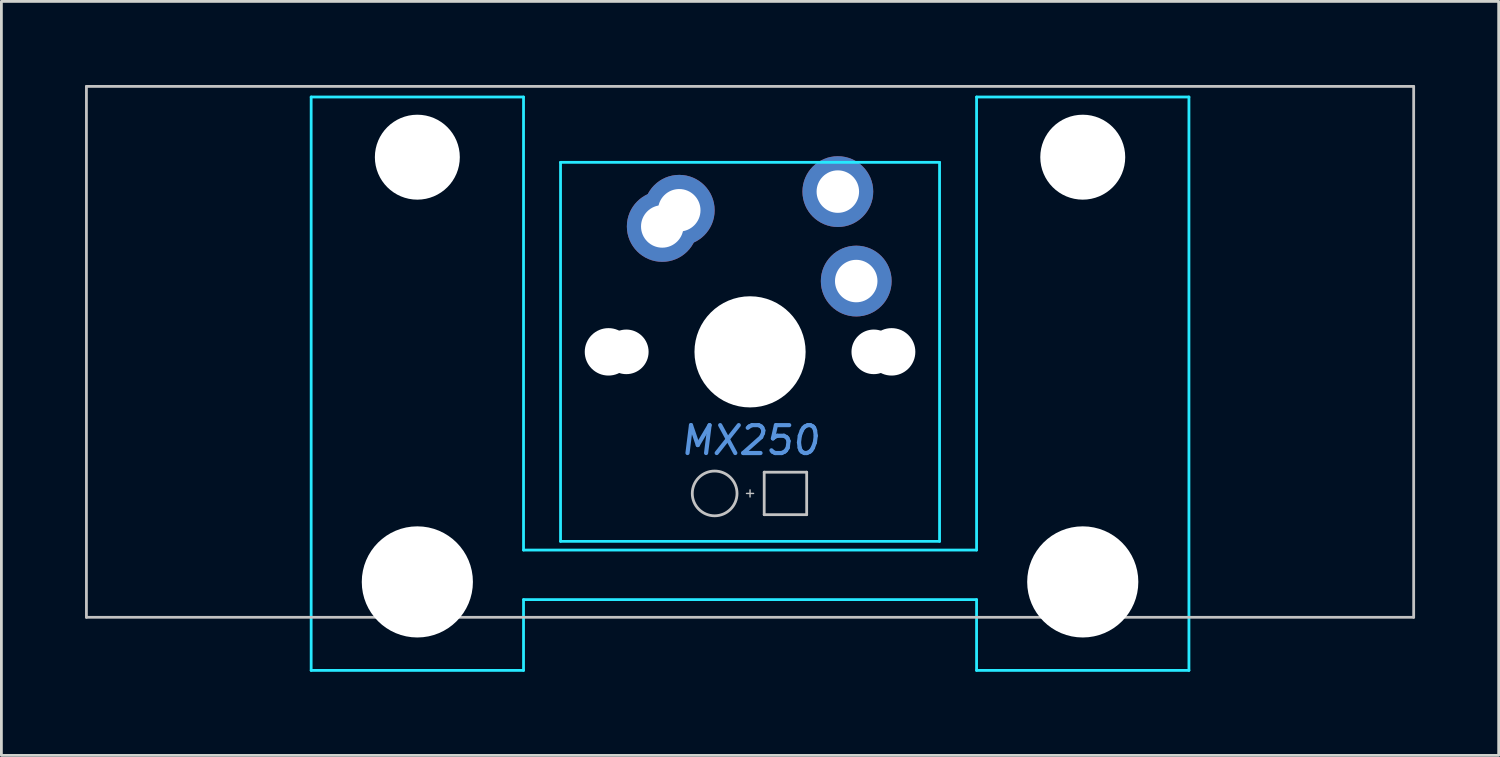
<source format=kicad_pcb>
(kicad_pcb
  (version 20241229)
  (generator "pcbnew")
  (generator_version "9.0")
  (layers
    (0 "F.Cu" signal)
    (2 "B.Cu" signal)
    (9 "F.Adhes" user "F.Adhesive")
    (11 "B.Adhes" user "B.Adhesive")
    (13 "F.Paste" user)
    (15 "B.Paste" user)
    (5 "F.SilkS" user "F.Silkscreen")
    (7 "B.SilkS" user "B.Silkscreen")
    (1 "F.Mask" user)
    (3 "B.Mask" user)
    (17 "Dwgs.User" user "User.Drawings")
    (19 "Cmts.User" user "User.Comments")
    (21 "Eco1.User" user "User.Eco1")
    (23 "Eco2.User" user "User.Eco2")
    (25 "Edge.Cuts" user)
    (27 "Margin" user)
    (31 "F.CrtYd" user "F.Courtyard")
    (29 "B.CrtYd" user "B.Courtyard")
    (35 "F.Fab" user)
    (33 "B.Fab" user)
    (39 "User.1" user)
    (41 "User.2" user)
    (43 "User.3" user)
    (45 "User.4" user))
  (footprint "MX250"
    (layer "F.Cu")
    (at 23.863 9.575)
    (property "Reference" "MX250" (at 0 3.175 0) (layer "Cmts.User") (effects (font (size 1 1) (thickness 0.15) (italic yes))))
    (attr through_hole)
    (fp_line (start -23.812 -9.525) (end -23.812 9.525) (stroke (width 0.1) (type solid)) (layer "Dwgs.User"))
    (fp_line (start -23.812 -9.525) (end 23.812 -9.525) (stroke (width 0.1) (type solid)) (layer "Dwgs.User"))
    (fp_line (start -23.812 9.525) (end 23.812 9.525) (stroke (width 0.1) (type solid)) (layer "Dwgs.User"))
    (fp_line (start -0.127 5.08) (end 0.127 5.08) (stroke (width 0.05) (type solid)) (layer "Dwgs.User"))
    (fp_line (start 0 5.207) (end 0 4.953) (stroke (width 0.05) (type solid)) (layer "Dwgs.User"))
    (fp_line (start 0.508 4.318) (end 0.508 5.842) (stroke (width 0.1) (type solid)) (layer "Dwgs.User"))
    (fp_line (start 0.508 4.318) (end 2.032 4.318) (stroke (width 0.1) (type solid)) (layer "Dwgs.User"))
    (fp_line (start 0.508 5.842) (end 2.032 5.842) (stroke (width 0.1) (type solid)) (layer "Dwgs.User"))
    (fp_line (start 2.032 5.842) (end 2.032 4.318) (stroke (width 0.1) (type solid)) (layer "Dwgs.User"))
    (fp_line (start 23.812 -9.525) (end 23.812 9.525) (stroke (width 0.1) (type solid)) (layer "Dwgs.User"))
    (fp_circle (center -1.27 5.08) (end -0.467 5.08) (stroke (width 0.1) (type solid)) (fill no) (layer "Dwgs.User"))
    (fp_line (start -17.17 -0.889) (end -17.17 -2.921) (stroke (width 0.1) (type solid)) (layer "Eco1.User"))
    (fp_line (start -16.789 -3.302) (end -16.535 -3.302) (stroke (width 0.1) (type solid)) (layer "Eco1.User"))
    (fp_line (start -16.535 -0.508) (end -16.789 -0.508) (stroke (width 0.1) (type solid)) (layer "Eco1.User"))
    (fp_line (start -16.154 -3.683) (end -16.154 -5.309) (stroke (width 0.1) (type solid)) (layer "Eco1.User"))
    (fp_line (start -16.154 6.223) (end -16.154 -0.127) (stroke (width 0.1) (type solid)) (layer "Eco1.User"))
    (fp_line (start -15.773 -5.69) (end -9.881 -5.69) (stroke (width 0.1) (type solid)) (layer "Eco1.User"))
    (fp_line (start -14.732 6.604) (end -15.773 6.604) (stroke (width 0.1) (type solid)) (layer "Eco1.User"))
    (fp_line (start -14.351 7.391) (end -14.351 6.985) (stroke (width 0.1) (type solid)) (layer "Eco1.User"))
    (fp_line (start -11.684 7.772) (end -13.97 7.772) (stroke (width 0.1) (type solid)) (layer "Eco1.User"))
    (fp_line (start -11.303 6.985) (end -11.303 7.391) (stroke (width 0.1) (type solid)) (layer "Eco1.User"))
    (fp_line (start -9.881 6.604) (end -10.922 6.604) (stroke (width 0.1) (type solid)) (layer "Eco1.User"))
    (fp_line (start -9.5 -5.309) (end -9.5 -5.258) (stroke (width 0.1) (type solid)) (layer "Eco1.User"))
    (fp_line (start -9.5 6.198) (end -9.5 6.223) (stroke (width 0.1) (type solid)) (layer "Eco1.User"))
    (fp_line (start -9.119 -4.877) (end -7.366 -4.877) (stroke (width 0.1) (type solid)) (layer "Eco1.User"))
    (fp_line (start -7.366 5.817) (end -9.119 5.817) (stroke (width 0.1) (type solid)) (layer "Eco1.User"))
    (fp_line (start -6.985 -5.258) (end -6.985 -6.604) (stroke (width 0.1) (type solid)) (layer "Eco1.User"))
    (fp_line (start -6.985 6.604) (end -6.985 6.197) (stroke (width 0.1) (type solid)) (layer "Eco1.User"))
    (fp_line (start -6.604 -6.985) (end 6.604 -6.985) (stroke (width 0.1) (type solid)) (layer "Eco1.User"))
    (fp_line (start 0 -2.159) (end 0 2.159) (stroke (width 0.1) (type solid)) (layer "Eco1.User"))
    (fp_line (start 2.159 0) (end -2.159 0) (stroke (width 0.1) (type solid)) (layer "Eco1.User"))
    (fp_line (start 6.604 6.985) (end -6.604 6.985) (stroke (width 0.1) (type solid)) (layer "Eco1.User"))
    (fp_line (start 6.985 -5.258) (end 6.985 -6.604) (stroke (width 0.1) (type solid)) (layer "Eco1.User"))
    (fp_line (start 6.985 6.604) (end 6.985 6.197) (stroke (width 0.1) (type solid)) (layer "Eco1.User"))
    (fp_line (start 7.366 5.817) (end 9.119 5.817) (stroke (width 0.1) (type solid)) (layer "Eco1.User"))
    (fp_line (start 9.119 -4.877) (end 7.366 -4.877) (stroke (width 0.1) (type solid)) (layer "Eco1.User"))
    (fp_line (start 9.5 -5.309) (end 9.5 -5.258) (stroke (width 0.1) (type solid)) (layer "Eco1.User"))
    (fp_line (start 9.5 6.198) (end 9.5 6.223) (stroke (width 0.1) (type solid)) (layer "Eco1.User"))
    (fp_line (start 9.881 6.604) (end 10.922 6.604) (stroke (width 0.1) (type solid)) (layer "Eco1.User"))
    (fp_line (start 11.303 6.985) (end 11.303 7.391) (stroke (width 0.1) (type solid)) (layer "Eco1.User"))
    (fp_line (start 11.684 7.772) (end 13.97 7.772) (stroke (width 0.1) (type solid)) (layer "Eco1.User"))
    (fp_line (start 14.351 7.391) (end 14.351 6.985) (stroke (width 0.1) (type solid)) (layer "Eco1.User"))
    (fp_line (start 14.732 6.604) (end 15.773 6.604) (stroke (width 0.1) (type solid)) (layer "Eco1.User"))
    (fp_line (start 15.773 -5.69) (end 9.881 -5.69) (stroke (width 0.1) (type solid)) (layer "Eco1.User"))
    (fp_line (start 16.154 -3.683) (end 16.154 -5.309) (stroke (width 0.1) (type solid)) (layer "Eco1.User"))
    (fp_line (start 16.154 6.223) (end 16.154 -0.127) (stroke (width 0.1) (type solid)) (layer "Eco1.User"))
    (fp_line (start 16.535 -0.508) (end 16.789 -0.508) (stroke (width 0.1) (type solid)) (layer "Eco1.User"))
    (fp_line (start 16.789 -3.302) (end 16.535 -3.302) (stroke (width 0.1) (type solid)) (layer "Eco1.User"))
    (fp_line (start 17.17 -0.889) (end 17.17 -2.921) (stroke (width 0.1) (type solid)) (layer "Eco1.User"))
    (fp_arc (start -17.1704 -2.921) (mid -17.058808 -3.190408) (end -16.7894 -3.302) (stroke (width 0.1) (type solid)) (layer "Eco1.User"))
    (fp_arc (start -16.7894 -0.508) (mid -17.058808 -0.619592) (end -17.1704 -0.889) (stroke (width 0.1) (type solid)) (layer "Eco1.User"))
    (fp_arc (start -16.5354 -0.508) (mid -16.265992 -0.396408) (end -16.1544 -0.127) (stroke (width 0.1) (type solid)) (layer "Eco1.User"))
    (fp_arc (start -16.1544 -5.3086) (mid -16.042808 -5.578008) (end -15.7734 -5.6896) (stroke (width 0.1) (type solid)) (layer "Eco1.User"))
    (fp_arc (start -16.1544 -3.683) (mid -16.265992 -3.413592) (end -16.5354 -3.302) (stroke (width 0.1) (type solid)) (layer "Eco1.User"))
    (fp_arc (start -15.7734 6.604) (mid -16.042808 6.492408) (end -16.1544 6.223) (stroke (width 0.1) (type solid)) (layer "Eco1.User"))
    (fp_arc (start -14.732 6.604) (mid -14.462592 6.715592) (end -14.351 6.985) (stroke (width 0.1) (type solid)) (layer "Eco1.User"))
    (fp_arc (start -13.97 7.7724) (mid -14.239408 7.660808) (end -14.351 7.3914) (stroke (width 0.1) (type solid)) (layer "Eco1.User"))
    (fp_arc (start -11.303 6.985) (mid -11.191408 6.715592) (end -10.922 6.604) (stroke (width 0.1) (type solid)) (layer "Eco1.User"))
    (fp_arc (start -11.303 7.3914) (mid -11.414592 7.660808) (end -11.684 7.7724) (stroke (width 0.1) (type solid)) (layer "Eco1.User"))
    (fp_arc (start -9.8806 -5.6896) (mid -9.611192 -5.578008) (end -9.4996 -5.3086) (stroke (width 0.1) (type solid)) (layer "Eco1.User"))
    (fp_arc (start -9.4996 6.1976) (mid -9.388008 5.928192) (end -9.1186 5.8166) (stroke (width 0.1) (type solid)) (layer "Eco1.User"))
    (fp_arc (start -9.4996 6.223) (mid -9.611192 6.492408) (end -9.8806 6.604) (stroke (width 0.1) (type solid)) (layer "Eco1.User"))
    (fp_arc (start -9.1186 -4.8768) (mid -9.388008 -4.988392) (end -9.4996 -5.2578) (stroke (width 0.1) (type solid)) (layer "Eco1.User"))
    (fp_arc (start -7.366 5.8166) (mid -7.096592 5.928192) (end -6.985 6.1976) (stroke (width 0.1) (type solid)) (layer "Eco1.User"))
    (fp_arc (start -6.985 -6.604) (mid -6.873408 -6.873408) (end -6.604 -6.985) (stroke (width 0.1) (type solid)) (layer "Eco1.User"))
    (fp_arc (start -6.985 -5.2578) (mid -7.096592 -4.988392) (end -7.366 -4.8768) (stroke (width 0.1) (type solid)) (layer "Eco1.User"))
    (fp_arc (start -6.604 6.985) (mid -6.873408 6.873408) (end -6.985 6.604) (stroke (width 0.1) (type solid)) (layer "Eco1.User"))
    (fp_arc (start 6.604 -6.985) (mid 6.873408 -6.873408) (end 6.985 -6.604) (stroke (width 0.1) (type solid)) (layer "Eco1.User"))
    (fp_arc (start 6.985 6.1976) (mid 7.096592 5.928192) (end 7.366 5.8166) (stroke (width 0.1) (type solid)) (layer "Eco1.User"))
    (fp_arc (start 6.985 6.604) (mid 6.873408 6.873408) (end 6.604 6.985) (stroke (width 0.1) (type solid)) (layer "Eco1.User"))
    (fp_arc (start 7.366 -4.8768) (mid 7.096592 -4.988392) (end 6.985 -5.2578) (stroke (width 0.1) (type solid)) (layer "Eco1.User"))
    (fp_arc (start 9.1186 5.8166) (mid 9.388008 5.928192) (end 9.4996 6.1976) (stroke (width 0.1) (type solid)) (layer "Eco1.User"))
    (fp_arc (start 9.4996 -5.3086) (mid 9.611192 -5.578008) (end 9.8806 -5.6896) (stroke (width 0.1) (type solid)) (layer "Eco1.User"))
    (fp_arc (start 9.4996 -5.2578) (mid 9.388008 -4.988392) (end 9.1186 -4.8768) (stroke (width 0.1) (type solid)) (layer "Eco1.User"))
    (fp_arc (start 9.8806 6.604) (mid 9.611192 6.492408) (end 9.4996 6.223) (stroke (width 0.1) (type solid)) (layer "Eco1.User"))
    (fp_arc (start 10.922 6.604) (mid 11.191408 6.715592) (end 11.303 6.985) (stroke (width 0.1) (type solid)) (layer "Eco1.User"))
    (fp_arc (start 11.684 7.7724) (mid 11.414592 7.660808) (end 11.303 7.3914) (stroke (width 0.1) (type solid)) (layer "Eco1.User"))
    (fp_arc (start 14.351 6.985) (mid 14.462592 6.715592) (end 14.732 6.604) (stroke (width 0.1) (type solid)) (layer "Eco1.User"))
    (fp_arc (start 14.351 7.3914) (mid 14.239408 7.660808) (end 13.97 7.7724) (stroke (width 0.1) (type solid)) (layer "Eco1.User"))
    (fp_arc (start 15.7734 -5.6896) (mid 16.042808 -5.578008) (end 16.1544 -5.3086) (stroke (width 0.1) (type solid)) (layer "Eco1.User"))
    (fp_arc (start 16.1544 -0.127) (mid 16.265992 -0.396408) (end 16.5354 -0.508) (stroke (width 0.1) (type solid)) (layer "Eco1.User"))
    (fp_arc (start 16.1544 6.223) (mid 16.042808 6.492408) (end 15.7734 6.604) (stroke (width 0.1) (type solid)) (layer "Eco1.User"))
    (fp_arc (start 16.5354 -3.302) (mid 16.265992 -3.413592) (end 16.1544 -3.683) (stroke (width 0.1) (type solid)) (layer "Eco1.User"))
    (fp_arc (start 16.7894 -3.302) (mid 17.058808 -3.190408) (end 17.1704 -2.921) (stroke (width 0.1) (type solid)) (layer "Eco1.User"))
    (fp_arc (start 17.1704 -0.889) (mid 17.058808 -0.619592) (end 16.7894 -0.508) (stroke (width 0.1) (type solid)) (layer "Eco1.User"))
    (fp_circle (center 0 0) (end 1.994 0) (stroke (width 0.1) (type solid)) (fill no) (layer "Eco1.User"))
    (fp_line (start -15.748 -9.144) (end -8.128 -9.144) (stroke (width 0.1) (type solid)) (layer "B.CrtYd"))
    (fp_line (start -15.748 11.43) (end -15.748 -9.144) (stroke (width 0.1) (type solid)) (layer "B.CrtYd"))
    (fp_line (start -8.128 -9.144) (end -8.128 7.112) (stroke (width 0.1) (type solid)) (layer "B.CrtYd"))
    (fp_line (start -8.128 7.112) (end 8.128 7.112) (stroke (width 0.1) (type solid)) (layer "B.CrtYd"))
    (fp_line (start -8.128 8.89) (end 8.128 8.89) (stroke (width 0.1) (type solid)) (layer "B.CrtYd"))
    (fp_line (start -8.128 11.43) (end -15.748 11.43) (stroke (width 0.1) (type solid)) (layer "B.CrtYd"))
    (fp_line (start -8.128 11.43) (end -8.128 8.89) (stroke (width 0.1) (type solid)) (layer "B.CrtYd"))
    (fp_line (start -6.8 6.8) (end -6.8 -6.8) (stroke (width 0.1) (type solid)) (layer "B.CrtYd"))
    (fp_line (start 6.8 -6.8) (end -6.8 -6.8) (stroke (width 0.1) (type solid)) (layer "B.CrtYd"))
    (fp_line (start 6.8 6.8) (end -6.8 6.8) (stroke (width 0.1) (type solid)) (layer "B.CrtYd"))
    (fp_line (start 6.8 6.8) (end 6.8 -6.8) (stroke (width 0.1) (type solid)) (layer "B.CrtYd"))
    (fp_line (start 8.128 -9.144) (end 8.128 7.112) (stroke (width 0.1) (type solid)) (layer "B.CrtYd"))
    (fp_line (start 8.128 -9.144) (end 15.748 -9.144) (stroke (width 0.1) (type solid)) (layer "B.CrtYd"))
    (fp_line (start 8.128 11.43) (end 8.128 8.89) (stroke (width 0.1) (type solid)) (layer "B.CrtYd"))
    (fp_line (start 15.748 -9.144) (end 15.748 11.43) (stroke (width 0.1) (type solid)) (layer "B.CrtYd"))
    (fp_line (start 15.748 11.43) (end 8.128 11.43) (stroke (width 0.1) (type solid)) (layer "B.CrtYd"))
    (pad "" np_thru_hole circle (at -11.938 -6.985) (size 3.048 3.048) (drill 3.048) (layers "*.Cu" "*.Mask"))
    (pad "" np_thru_hole circle (at -11.938 8.255) (size 3.988 3.988) (drill 3.988) (layers "*.Cu" "*.Mask"))
    (pad "" np_thru_hole circle (at -5.08 0) (size 1.702 1.702) (drill 1.702) (layers "*.Cu" "*.Mask"))
    (pad "" np_thru_hole circle (at -4.44 0) (size 1.6 1.6) (drill 1.6) (layers "*.Cu" "*.Mask"))
    (pad "" np_thru_hole circle (at 0 0) (size 3.988 3.988) (drill 3.988) (layers "*.Cu" "*.Mask"))
    (pad "" np_thru_hole circle (at 4.44 0) (size 1.6 1.6) (drill 1.6) (layers "*.Cu" "*.Mask"))
    (pad "" np_thru_hole circle (at 5.08 0) (size 1.702 1.702) (drill 1.702) (layers "*.Cu" "*.Mask"))
    (pad "" np_thru_hole circle (at 11.938 -6.985) (size 3.048 3.048) (drill 3.048) (layers "*.Cu" "*.Mask"))
    (pad "" np_thru_hole circle (at 11.938 8.255) (size 3.988 3.988) (drill 3.988) (layers "*.Cu" "*.Mask"))
    (pad "1" thru_hole circle (at -3.15 -4.5) (size 2.54 2.54) (drill 1.524) (layers "*.Cu" "*.Mask"))
    (pad "1" thru_hole circle (at -2.54 -5.08) (size 2.54 2.54) (drill 1.524) (layers "*.Cu" "*.Mask"))
    (pad "2" thru_hole circle (at 3.15 -5.75) (size 2.54 2.54) (drill 1.524) (layers "*.Cu" "*.Mask"))
    (pad "2" thru_hole circle (at 3.81 -2.54) (size 2.54 2.54) (drill 1.524) (layers "*.Cu" "*.Mask")))
  (gr_rect
    (start -3 -3)
    (end 50.725 24.055)
    (stroke (width 0.1) (type default))
    (fill no)
    (layer "Edge.Cuts")))
</source>
